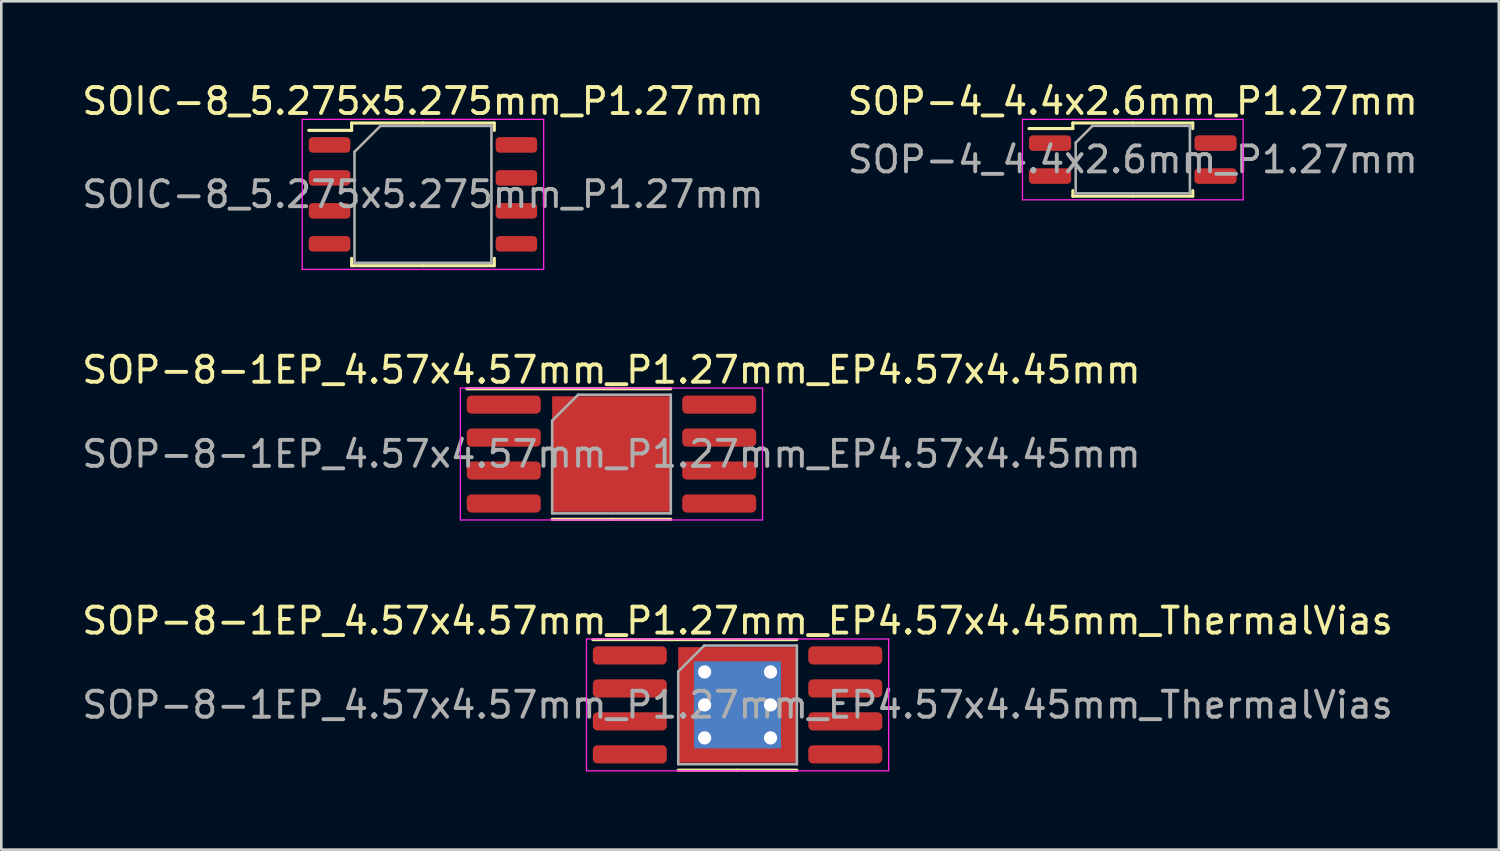
<source format=kicad_pcb>
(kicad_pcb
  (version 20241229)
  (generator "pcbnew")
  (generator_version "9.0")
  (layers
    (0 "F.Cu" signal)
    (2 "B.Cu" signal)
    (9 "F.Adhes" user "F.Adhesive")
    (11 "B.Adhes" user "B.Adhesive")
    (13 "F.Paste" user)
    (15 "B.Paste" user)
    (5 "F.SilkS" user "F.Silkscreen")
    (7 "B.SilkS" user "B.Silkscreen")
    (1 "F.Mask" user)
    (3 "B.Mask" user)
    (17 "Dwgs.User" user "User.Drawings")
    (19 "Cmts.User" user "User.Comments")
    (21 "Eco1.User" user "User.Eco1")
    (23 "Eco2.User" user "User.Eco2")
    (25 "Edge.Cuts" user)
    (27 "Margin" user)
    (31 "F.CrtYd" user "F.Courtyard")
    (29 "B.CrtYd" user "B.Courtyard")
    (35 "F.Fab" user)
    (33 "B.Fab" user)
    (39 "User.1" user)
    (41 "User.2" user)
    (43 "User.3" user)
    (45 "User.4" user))
  (footprint "SOP-8-1EP_4.57x4.57mm_P1.27mm_EP4.57x4.45mm_ThermalVias"
    (layer "F.Cu")
    (at 25.363 24.105)
    (property "Reference" "SOP-8-1EP_4.57x4.57mm_P1.27mm_EP4.57x4.45mm_ThermalVias" (at 0 -3.24 0) (layer "F.SilkS") (effects (font (size 1 1) (thickness 0.15))))
    (attr smd)
    (fp_line (start 0 -2.515) (end -5.575 -2.515) (stroke (width 0.12) (type solid)) (layer "F.SilkS"))
    (fp_line (start 0 -2.515) (end 2.285 -2.515) (stroke (width 0.12) (type solid)) (layer "F.SilkS"))
    (fp_line (start 0 2.515) (end -2.285 2.515) (stroke (width 0.12) (type solid)) (layer "F.SilkS"))
    (fp_line (start 0 2.515) (end 2.285 2.515) (stroke (width 0.12) (type solid)) (layer "F.SilkS"))
    (fp_line (start -5.82 -2.54) (end -5.82 2.54) (stroke (width 0.05) (type solid)) (layer "F.CrtYd"))
    (fp_line (start -5.82 2.54) (end 5.82 2.54) (stroke (width 0.05) (type solid)) (layer "F.CrtYd"))
    (fp_line (start 5.82 -2.54) (end -5.82 -2.54) (stroke (width 0.05) (type solid)) (layer "F.CrtYd"))
    (fp_line (start 5.82 2.54) (end 5.82 -2.54) (stroke (width 0.05) (type solid)) (layer "F.CrtYd"))
    (fp_line (start -2.285 -1.285) (end -1.285 -2.285) (stroke (width 0.1) (type solid)) (layer "F.Fab"))
    (fp_line (start -2.285 2.285) (end -2.285 -1.285) (stroke (width 0.1) (type solid)) (layer "F.Fab"))
    (fp_line (start -1.285 -2.285) (end 2.285 -2.285) (stroke (width 0.1) (type solid)) (layer "F.Fab"))
    (fp_line (start 2.285 -2.285) (end 2.285 2.285) (stroke (width 0.1) (type solid)) (layer "F.Fab"))
    (fp_line (start 2.285 2.285) (end -2.285 2.285) (stroke (width 0.1) (type solid)) (layer "F.Fab"))
    (fp_text user "${REFERENCE}" (at 0 0 0) (layer "F.Fab") (effects (font (size 1 1) (thickness 0.15))))
    (pad "" smd roundrect (at -1.14 -1.11) (size 1.91 1.86) (layers "F.Paste") (roundrect_rratio 0.134))
    (pad "" smd roundrect (at -1.14 1.11) (size 1.91 1.86) (layers "F.Paste") (roundrect_rratio 0.134))
    (pad "" smd roundrect (at 1.14 -1.11) (size 1.91 1.86) (layers "F.Paste") (roundrect_rratio 0.134))
    (pad "" smd roundrect (at 1.14 1.11) (size 1.91 1.86) (layers "F.Paste") (roundrect_rratio 0.134))
    (pad "1" smd roundrect (at -4.15 -1.905) (size 2.85 0.7) (layers "F.Cu" "F.Mask" "F.Paste") (roundrect_rratio 0.25))
    (pad "2" smd roundrect (at -4.15 -0.635) (size 2.85 0.7) (layers "F.Cu" "F.Mask" "F.Paste") (roundrect_rratio 0.25))
    (pad "3" smd roundrect (at -4.15 0.635) (size 2.85 0.7) (layers "F.Cu" "F.Mask" "F.Paste") (roundrect_rratio 0.25))
    (pad "4" smd roundrect (at -4.15 1.905) (size 2.85 0.7) (layers "F.Cu" "F.Mask" "F.Paste") (roundrect_rratio 0.25))
    (pad "5" smd roundrect (at 4.15 1.905) (size 2.85 0.7) (layers "F.Cu" "F.Mask" "F.Paste") (roundrect_rratio 0.25))
    (pad "6" smd roundrect (at 4.15 0.635) (size 2.85 0.7) (layers "F.Cu" "F.Mask" "F.Paste") (roundrect_rratio 0.25))
    (pad "7" smd roundrect (at 4.15 -0.635) (size 2.85 0.7) (layers "F.Cu" "F.Mask" "F.Paste") (roundrect_rratio 0.25))
    (pad "8" smd roundrect (at 4.15 -1.905) (size 2.85 0.7) (layers "F.Cu" "F.Mask" "F.Paste") (roundrect_rratio 0.25))
    (pad "9" thru_hole circle (at -1.27 -1.27) (size 0.81 0.81) (drill 0.51) (layers "*.Cu"))
    (pad "9" thru_hole circle (at -1.27 0) (size 0.81 0.81) (drill 0.51) (layers "*.Cu"))
    (pad "9" thru_hole circle (at -1.27 1.27) (size 0.81 0.81) (drill 0.51) (layers "*.Cu"))
    (pad "9" smd rect (at 0 0) (size 3.35 3.35) (layers "B.Cu"))
    (pad "9" smd rect (at 0 0) (size 4.57 4.45) (layers "F.Cu" "F.Mask"))
    (pad "9" thru_hole circle (at 1.27 -1.27) (size 0.81 0.81) (drill 0.51) (layers "*.Cu"))
    (pad "9" thru_hole circle (at 1.27 0) (size 0.81 0.81) (drill 0.51) (layers "*.Cu"))
    (pad "9" thru_hole circle (at 1.27 1.27) (size 0.81 0.81) (drill 0.51) (layers "*.Cu")))
  (footprint "SOIC-8_5.275x5.275mm_P1.27mm"
    (layer "F.Cu")
    (at 13.244 4.438)
    (property "Reference" "SOIC-8_5.275x5.275mm_P1.27mm" (at 0 -3.59 0) (layer "F.SilkS") (effects (font (size 1 1) (thickness 0.15))))
    (attr smd)
    (fp_line (start -2.748 -2.748) (end -2.748 -2.465) (stroke (width 0.12) (type solid)) (layer "F.SilkS"))
    (fp_line (start -2.748 -2.465) (end -4.4 -2.465) (stroke (width 0.12) (type solid)) (layer "F.SilkS"))
    (fp_line (start -2.748 2.748) (end -2.748 2.465) (stroke (width 0.12) (type solid)) (layer "F.SilkS"))
    (fp_line (start 0 -2.748) (end -2.748 -2.748) (stroke (width 0.12) (type solid)) (layer "F.SilkS"))
    (fp_line (start 0 -2.748) (end 2.748 -2.748) (stroke (width 0.12) (type solid)) (layer "F.SilkS"))
    (fp_line (start 0 2.748) (end -2.748 2.748) (stroke (width 0.12) (type solid)) (layer "F.SilkS"))
    (fp_line (start 0 2.748) (end 2.748 2.748) (stroke (width 0.12) (type solid)) (layer "F.SilkS"))
    (fp_line (start 2.748 -2.748) (end 2.748 -2.465) (stroke (width 0.12) (type solid)) (layer "F.SilkS"))
    (fp_line (start 2.748 2.748) (end 2.748 2.465) (stroke (width 0.12) (type solid)) (layer "F.SilkS"))
    (fp_line (start -4.65 -2.89) (end -4.65 2.89) (stroke (width 0.05) (type solid)) (layer "F.CrtYd"))
    (fp_line (start -4.65 2.89) (end 4.65 2.89) (stroke (width 0.05) (type solid)) (layer "F.CrtYd"))
    (fp_line (start 4.65 -2.89) (end -4.65 -2.89) (stroke (width 0.05) (type solid)) (layer "F.CrtYd"))
    (fp_line (start 4.65 2.89) (end 4.65 -2.89) (stroke (width 0.05) (type solid)) (layer "F.CrtYd"))
    (fp_line (start -2.638 -1.637) (end -1.637 -2.638) (stroke (width 0.1) (type solid)) (layer "F.Fab"))
    (fp_line (start -2.638 2.638) (end -2.638 -1.637) (stroke (width 0.1) (type solid)) (layer "F.Fab"))
    (fp_line (start -1.637 -2.638) (end 2.638 -2.638) (stroke (width 0.1) (type solid)) (layer "F.Fab"))
    (fp_line (start 2.638 -2.638) (end 2.638 2.638) (stroke (width 0.1) (type solid)) (layer "F.Fab"))
    (fp_line (start 2.638 2.638) (end -2.638 2.638) (stroke (width 0.1) (type solid)) (layer "F.Fab"))
    (fp_text user "${REFERENCE}" (at 0 0 0) (layer "F.Fab") (effects (font (size 1 1) (thickness 0.15))))
    (pad "1" smd roundrect (at -3.6 -1.905) (size 1.6 0.6) (layers "F.Cu" "F.Mask" "F.Paste") (roundrect_rratio 0.25))
    (pad "2" smd roundrect (at -3.6 -0.635) (size 1.6 0.6) (layers "F.Cu" "F.Mask" "F.Paste") (roundrect_rratio 0.25))
    (pad "3" smd roundrect (at -3.6 0.635) (size 1.6 0.6) (layers "F.Cu" "F.Mask" "F.Paste") (roundrect_rratio 0.25))
    (pad "4" smd roundrect (at -3.6 1.905) (size 1.6 0.6) (layers "F.Cu" "F.Mask" "F.Paste") (roundrect_rratio 0.25))
    (pad "5" smd roundrect (at 3.6 1.905) (size 1.6 0.6) (layers "F.Cu" "F.Mask" "F.Paste") (roundrect_rratio 0.25))
    (pad "6" smd roundrect (at 3.6 0.635) (size 1.6 0.6) (layers "F.Cu" "F.Mask" "F.Paste") (roundrect_rratio 0.25))
    (pad "7" smd roundrect (at 3.6 -0.635) (size 1.6 0.6) (layers "F.Cu" "F.Mask" "F.Paste") (roundrect_rratio 0.25))
    (pad "8" smd roundrect (at 3.6 -1.905) (size 1.6 0.6) (layers "F.Cu" "F.Mask" "F.Paste") (roundrect_rratio 0.25)))
  (footprint "SOP-4_4.4x2.6mm_P1.27mm"
    (layer "F.Cu")
    (at 40.589 3.098)
    (property "Reference" "SOP-4_4.4x2.6mm_P1.27mm" (at 0 -2.25 0) (layer "F.SilkS") (effects (font (size 1 1) (thickness 0.15))))
    (attr smd)
    (fp_line (start -2.31 -1.41) (end -2.31 -1.195) (stroke (width 0.12) (type solid)) (layer "F.SilkS"))
    (fp_line (start -2.31 -1.195) (end -4 -1.195) (stroke (width 0.12) (type solid)) (layer "F.SilkS"))
    (fp_line (start -2.31 1.41) (end -2.31 1.195) (stroke (width 0.12) (type solid)) (layer "F.SilkS"))
    (fp_line (start 0 -1.41) (end -2.31 -1.41) (stroke (width 0.12) (type solid)) (layer "F.SilkS"))
    (fp_line (start 0 -1.41) (end 2.31 -1.41) (stroke (width 0.12) (type solid)) (layer "F.SilkS"))
    (fp_line (start 0 1.41) (end -2.31 1.41) (stroke (width 0.12) (type solid)) (layer "F.SilkS"))
    (fp_line (start 0 1.41) (end 2.31 1.41) (stroke (width 0.12) (type solid)) (layer "F.SilkS"))
    (fp_line (start 2.31 -1.41) (end 2.31 -1.195) (stroke (width 0.12) (type solid)) (layer "F.SilkS"))
    (fp_line (start 2.31 1.41) (end 2.31 1.195) (stroke (width 0.12) (type solid)) (layer "F.SilkS"))
    (fp_line (start -4.25 -1.55) (end -4.25 1.55) (stroke (width 0.05) (type solid)) (layer "F.CrtYd"))
    (fp_line (start -4.25 1.55) (end 4.25 1.55) (stroke (width 0.05) (type solid)) (layer "F.CrtYd"))
    (fp_line (start 4.25 -1.55) (end -4.25 -1.55) (stroke (width 0.05) (type solid)) (layer "F.CrtYd"))
    (fp_line (start 4.25 1.55) (end 4.25 -1.55) (stroke (width 0.05) (type solid)) (layer "F.CrtYd"))
    (fp_line (start -2.2 -0.65) (end -1.55 -1.3) (stroke (width 0.1) (type solid)) (layer "F.Fab"))
    (fp_line (start -2.2 1.3) (end -2.2 -0.65) (stroke (width 0.1) (type solid)) (layer "F.Fab"))
    (fp_line (start -1.55 -1.3) (end 2.2 -1.3) (stroke (width 0.1) (type solid)) (layer "F.Fab"))
    (fp_line (start 2.2 -1.3) (end 2.2 1.3) (stroke (width 0.1) (type solid)) (layer "F.Fab"))
    (fp_line (start 2.2 1.3) (end -2.2 1.3) (stroke (width 0.1) (type solid)) (layer "F.Fab"))
    (fp_text user "${REFERENCE}" (at 0 0 0) (layer "F.Fab") (effects (font (size 1 1) (thickness 0.15))))
    (pad "1" smd roundrect (at -3.188 -0.635) (size 1.625 0.6) (layers "F.Cu" "F.Mask" "F.Paste") (roundrect_rratio 0.25))
    (pad "2" smd roundrect (at -3.188 0.635) (size 1.625 0.6) (layers "F.Cu" "F.Mask" "F.Paste") (roundrect_rratio 0.25))
    (pad "3" smd roundrect (at 3.188 0.635) (size 1.625 0.6) (layers "F.Cu" "F.Mask" "F.Paste") (roundrect_rratio 0.25))
    (pad "4" smd roundrect (at 3.188 -0.635) (size 1.625 0.6) (layers "F.Cu" "F.Mask" "F.Paste") (roundrect_rratio 0.25)))
  (footprint "SOP-8-1EP_4.57x4.57mm_P1.27mm_EP4.57x4.45mm"
    (layer "F.Cu")
    (at 20.506 14.441)
    (property "Reference" "SOP-8-1EP_4.57x4.57mm_P1.27mm_EP4.57x4.45mm" (at 0 -3.24 0) (layer "F.SilkS") (effects (font (size 1 1) (thickness 0.15))))
    (attr smd)
    (fp_line (start 0 -2.515) (end -5.575 -2.515) (stroke (width 0.12) (type solid)) (layer "F.SilkS"))
    (fp_line (start 0 -2.515) (end 2.285 -2.515) (stroke (width 0.12) (type solid)) (layer "F.SilkS"))
    (fp_line (start 0 2.515) (end -2.285 2.515) (stroke (width 0.12) (type solid)) (layer "F.SilkS"))
    (fp_line (start 0 2.515) (end 2.285 2.515) (stroke (width 0.12) (type solid)) (layer "F.SilkS"))
    (fp_line (start -5.82 -2.54) (end -5.82 2.54) (stroke (width 0.05) (type solid)) (layer "F.CrtYd"))
    (fp_line (start -5.82 2.54) (end 5.82 2.54) (stroke (width 0.05) (type solid)) (layer "F.CrtYd"))
    (fp_line (start 5.82 -2.54) (end -5.82 -2.54) (stroke (width 0.05) (type solid)) (layer "F.CrtYd"))
    (fp_line (start 5.82 2.54) (end 5.82 -2.54) (stroke (width 0.05) (type solid)) (layer "F.CrtYd"))
    (fp_line (start -2.285 -1.285) (end -1.285 -2.285) (stroke (width 0.1) (type solid)) (layer "F.Fab"))
    (fp_line (start -2.285 2.285) (end -2.285 -1.285) (stroke (width 0.1) (type solid)) (layer "F.Fab"))
    (fp_line (start -1.285 -2.285) (end 2.285 -2.285) (stroke (width 0.1) (type solid)) (layer "F.Fab"))
    (fp_line (start 2.285 -2.285) (end 2.285 2.285) (stroke (width 0.1) (type solid)) (layer "F.Fab"))
    (fp_line (start 2.285 2.285) (end -2.285 2.285) (stroke (width 0.1) (type solid)) (layer "F.Fab"))
    (fp_text user "${REFERENCE}" (at 0 0 0) (layer "F.Fab") (effects (font (size 1 1) (thickness 0.15))))
    (pad "" smd roundrect (at -1.14 -1.11) (size 1.84 1.79) (layers "F.Paste") (roundrect_rratio 0.14))
    (pad "" smd roundrect (at -1.14 1.11) (size 1.84 1.79) (layers "F.Paste") (roundrect_rratio 0.14))
    (pad "" smd roundrect (at 1.14 -1.11) (size 1.84 1.79) (layers "F.Paste") (roundrect_rratio 0.14))
    (pad "" smd roundrect (at 1.14 1.11) (size 1.84 1.79) (layers "F.Paste") (roundrect_rratio 0.14))
    (pad "1" smd roundrect (at -4.15 -1.905) (size 2.85 0.7) (layers "F.Cu" "F.Mask" "F.Paste") (roundrect_rratio 0.25))
    (pad "2" smd roundrect (at -4.15 -0.635) (size 2.85 0.7) (layers "F.Cu" "F.Mask" "F.Paste") (roundrect_rratio 0.25))
    (pad "3" smd roundrect (at -4.15 0.635) (size 2.85 0.7) (layers "F.Cu" "F.Mask" "F.Paste") (roundrect_rratio 0.25))
    (pad "4" smd roundrect (at -4.15 1.905) (size 2.85 0.7) (layers "F.Cu" "F.Mask" "F.Paste") (roundrect_rratio 0.25))
    (pad "5" smd roundrect (at 4.15 1.905) (size 2.85 0.7) (layers "F.Cu" "F.Mask" "F.Paste") (roundrect_rratio 0.25))
    (pad "6" smd roundrect (at 4.15 0.635) (size 2.85 0.7) (layers "F.Cu" "F.Mask" "F.Paste") (roundrect_rratio 0.25))
    (pad "7" smd roundrect (at 4.15 -0.635) (size 2.85 0.7) (layers "F.Cu" "F.Mask" "F.Paste") (roundrect_rratio 0.25))
    (pad "8" smd roundrect (at 4.15 -1.905) (size 2.85 0.7) (layers "F.Cu" "F.Mask" "F.Paste") (roundrect_rratio 0.25))
    (pad "9" smd rect (at 0 0) (size 4.57 4.45) (layers "F.Cu" "F.Mask")))
  (gr_rect
    (start -3 -3)
    (end 54.69 29.68)
    (stroke (width 0.1) (type default))
    (fill no)
    (layer "Edge.Cuts")))
</source>
